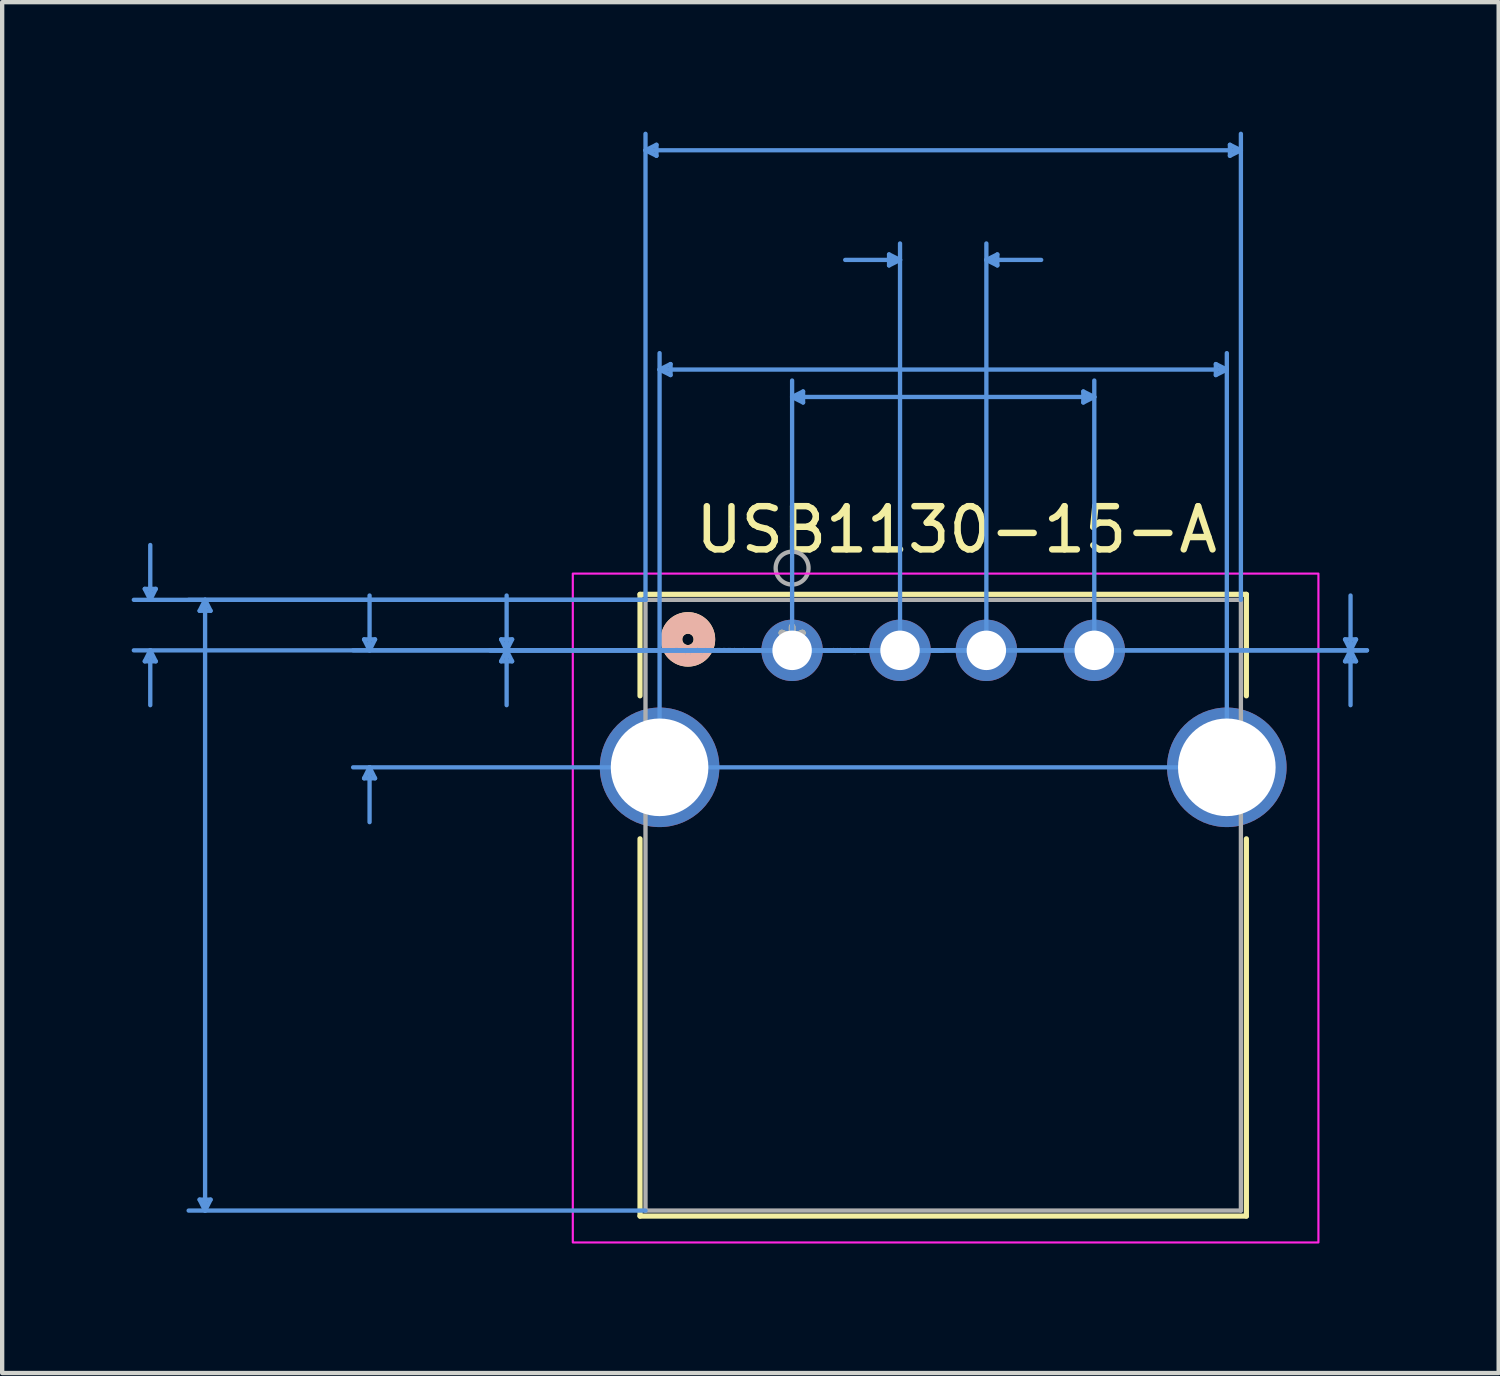
<source format=kicad_pcb>
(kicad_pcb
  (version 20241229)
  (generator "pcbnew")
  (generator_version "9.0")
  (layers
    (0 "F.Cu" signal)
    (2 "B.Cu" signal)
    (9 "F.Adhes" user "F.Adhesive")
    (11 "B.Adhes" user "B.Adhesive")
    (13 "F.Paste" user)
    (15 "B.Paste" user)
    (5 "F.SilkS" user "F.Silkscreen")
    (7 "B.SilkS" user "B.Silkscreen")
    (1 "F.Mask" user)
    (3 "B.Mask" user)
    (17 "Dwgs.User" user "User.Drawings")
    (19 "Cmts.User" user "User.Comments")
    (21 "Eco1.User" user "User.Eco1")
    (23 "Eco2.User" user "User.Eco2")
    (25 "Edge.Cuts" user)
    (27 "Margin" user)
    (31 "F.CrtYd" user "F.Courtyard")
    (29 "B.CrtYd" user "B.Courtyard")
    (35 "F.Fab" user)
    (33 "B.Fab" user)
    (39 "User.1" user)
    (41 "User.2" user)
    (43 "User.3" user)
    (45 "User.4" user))
  (footprint "USB1130-15-A"
    (layer "F.Cu")
    (at 15.299 12.015)
    (property "Reference" "USB1130-15-A" (at 3.81 -2.794 0) (layer "F.SilkS") (effects (font (size 1 1) (thickness 0.15))))
    (attr through_hole)
    (fp_line (start -3.523 -1.297) (end -3.523 1.054) (stroke (width 0.12) (type solid)) (layer "F.SilkS"))
    (fp_line (start -3.523 4.366) (end -3.523 13.105) (stroke (width 0.12) (type solid)) (layer "F.SilkS"))
    (fp_line (start -3.523 13.105) (end 10.523 13.105) (stroke (width 0.12) (type solid)) (layer "F.SilkS"))
    (fp_line (start 10.523 -1.297) (end -3.523 -1.297) (stroke (width 0.12) (type solid)) (layer "F.SilkS"))
    (fp_line (start 10.523 1.054) (end 10.523 -1.297) (stroke (width 0.12) (type solid)) (layer "F.SilkS"))
    (fp_line (start 10.523 13.105) (end 10.523 4.366) (stroke (width 0.12) (type solid)) (layer "F.SilkS"))
    (fp_circle (center -2.413 -0.254) (end -2.032 -0.254) (stroke (width 0.5) (type solid)) (fill no) (layer "F.SilkS"))
    (fp_circle (center -2.413 -0.254) (end -2.032 -0.254) (stroke (width 0.5) (type solid)) (fill no) (layer "B.SilkS"))
    (fp_line (start -14.995 -1.424) (end -14.741 -1.424) (stroke (width 0.1) (type solid)) (layer "Cmts.User"))
    (fp_line (start -14.995 0.254) (end -14.741 0.254) (stroke (width 0.1) (type solid)) (layer "Cmts.User"))
    (fp_line (start -14.868 -1.17) (end -14.995 -1.424) (stroke (width 0.1) (type solid)) (layer "Cmts.User"))
    (fp_line (start -14.868 -1.17) (end -14.868 -2.44) (stroke (width 0.1) (type solid)) (layer "Cmts.User"))
    (fp_line (start -14.868 -1.17) (end -14.741 -1.424) (stroke (width 0.1) (type solid)) (layer "Cmts.User"))
    (fp_line (start -14.868 0) (end -14.995 0.254) (stroke (width 0.1) (type solid)) (layer "Cmts.User"))
    (fp_line (start -14.868 0) (end -14.868 1.27) (stroke (width 0.1) (type solid)) (layer "Cmts.User"))
    (fp_line (start -14.868 0) (end -14.741 0.254) (stroke (width 0.1) (type solid)) (layer "Cmts.User"))
    (fp_line (start -13.725 -0.916) (end -13.471 -0.916) (stroke (width 0.1) (type solid)) (layer "Cmts.User"))
    (fp_line (start -13.725 12.724) (end -13.471 12.724) (stroke (width 0.1) (type solid)) (layer "Cmts.User"))
    (fp_line (start -13.598 -1.17) (end -13.725 -0.916) (stroke (width 0.1) (type solid)) (layer "Cmts.User"))
    (fp_line (start -13.598 -1.17) (end -13.598 12.978) (stroke (width 0.1) (type solid)) (layer "Cmts.User"))
    (fp_line (start -13.598 -1.17) (end -13.471 -0.916) (stroke (width 0.1) (type solid)) (layer "Cmts.User"))
    (fp_line (start -13.598 12.978) (end -13.725 12.724) (stroke (width 0.1) (type solid)) (layer "Cmts.User"))
    (fp_line (start -13.598 12.978) (end -13.471 12.724) (stroke (width 0.1) (type solid)) (layer "Cmts.User"))
    (fp_line (start -9.915 -0.254) (end -9.661 -0.254) (stroke (width 0.1) (type solid)) (layer "Cmts.User"))
    (fp_line (start -9.915 2.964) (end -9.661 2.964) (stroke (width 0.1) (type solid)) (layer "Cmts.User"))
    (fp_line (start -9.788 0) (end -9.915 -0.254) (stroke (width 0.1) (type solid)) (layer "Cmts.User"))
    (fp_line (start -9.788 0) (end -9.788 -1.27) (stroke (width 0.1) (type solid)) (layer "Cmts.User"))
    (fp_line (start -9.788 0) (end -9.661 -0.254) (stroke (width 0.1) (type solid)) (layer "Cmts.User"))
    (fp_line (start -9.788 2.71) (end -9.915 2.964) (stroke (width 0.1) (type solid)) (layer "Cmts.User"))
    (fp_line (start -9.788 2.71) (end -9.788 3.98) (stroke (width 0.1) (type solid)) (layer "Cmts.User"))
    (fp_line (start -9.788 2.71) (end -9.661 2.964) (stroke (width 0.1) (type solid)) (layer "Cmts.User"))
    (fp_line (start -6.74 -0.254) (end -6.486 -0.254) (stroke (width 0.1) (type solid)) (layer "Cmts.User"))
    (fp_line (start -6.74 0.254) (end -6.486 0.254) (stroke (width 0.1) (type solid)) (layer "Cmts.User"))
    (fp_line (start -6.613 0) (end -6.74 -0.254) (stroke (width 0.1) (type solid)) (layer "Cmts.User"))
    (fp_line (start -6.613 0) (end -6.74 0.254) (stroke (width 0.1) (type solid)) (layer "Cmts.User"))
    (fp_line (start -6.613 0) (end -6.613 -1.27) (stroke (width 0.1) (type solid)) (layer "Cmts.User"))
    (fp_line (start -6.613 0) (end -6.613 1.27) (stroke (width 0.1) (type solid)) (layer "Cmts.User"))
    (fp_line (start -6.613 0) (end -6.486 -0.254) (stroke (width 0.1) (type solid)) (layer "Cmts.User"))
    (fp_line (start -6.613 0) (end -6.486 0.254) (stroke (width 0.1) (type solid)) (layer "Cmts.User"))
    (fp_line (start -3.396 -11.584) (end -3.142 -11.711) (stroke (width 0.1) (type solid)) (layer "Cmts.User"))
    (fp_line (start -3.396 -11.584) (end -3.142 -11.457) (stroke (width 0.1) (type solid)) (layer "Cmts.User"))
    (fp_line (start -3.396 -11.584) (end 10.396 -11.584) (stroke (width 0.1) (type solid)) (layer "Cmts.User"))
    (fp_line (start -3.396 -1.17) (end -15.249 -1.17) (stroke (width 0.1) (type solid)) (layer "Cmts.User"))
    (fp_line (start -3.396 -1.17) (end -13.979 -1.17) (stroke (width 0.1) (type solid)) (layer "Cmts.User"))
    (fp_line (start -3.396 -1.17) (end -3.396 -11.965) (stroke (width 0.1) (type solid)) (layer "Cmts.User"))
    (fp_line (start -3.396 12.978) (end -13.979 12.978) (stroke (width 0.1) (type solid)) (layer "Cmts.User"))
    (fp_line (start -3.142 -11.711) (end -3.142 -11.457) (stroke (width 0.1) (type solid)) (layer "Cmts.User"))
    (fp_line (start -3.07 -6.504) (end -2.816 -6.631) (stroke (width 0.1) (type solid)) (layer "Cmts.User"))
    (fp_line (start -3.07 -6.504) (end -2.816 -6.377) (stroke (width 0.1) (type solid)) (layer "Cmts.User"))
    (fp_line (start -3.07 -6.504) (end 10.07 -6.504) (stroke (width 0.1) (type solid)) (layer "Cmts.User"))
    (fp_line (start -3.07 2.71) (end -3.07 -6.885) (stroke (width 0.1) (type solid)) (layer "Cmts.User"))
    (fp_line (start -2.816 -6.631) (end -2.816 -6.377) (stroke (width 0.1) (type solid)) (layer "Cmts.User"))
    (fp_line (start 0 -5.869) (end 0.254 -5.996) (stroke (width 0.1) (type solid)) (layer "Cmts.User"))
    (fp_line (start 0 -5.869) (end 0.254 -5.742) (stroke (width 0.1) (type solid)) (layer "Cmts.User"))
    (fp_line (start 0 -5.869) (end 7 -5.869) (stroke (width 0.1) (type solid)) (layer "Cmts.User"))
    (fp_line (start 0 0) (end 0 -6.25) (stroke (width 0.1) (type solid)) (layer "Cmts.User"))
    (fp_line (start 0 0) (end 13.317 0) (stroke (width 0.1) (type solid)) (layer "Cmts.User"))
    (fp_line (start 0 0) (end 13.317 0) (stroke (width 0.1) (type solid)) (layer "Cmts.User"))
    (fp_line (start 0.254 -5.996) (end 0.254 -5.742) (stroke (width 0.1) (type solid)) (layer "Cmts.User"))
    (fp_line (start 2.246 -9.171) (end 2.246 -8.917) (stroke (width 0.1) (type solid)) (layer "Cmts.User"))
    (fp_line (start 2.5 -9.044) (end 1.23 -9.044) (stroke (width 0.1) (type solid)) (layer "Cmts.User"))
    (fp_line (start 2.5 -9.044) (end 2.246 -9.171) (stroke (width 0.1) (type solid)) (layer "Cmts.User"))
    (fp_line (start 2.5 -9.044) (end 2.246 -8.917) (stroke (width 0.1) (type solid)) (layer "Cmts.User"))
    (fp_line (start 2.5 0) (end 2.5 -9.425) (stroke (width 0.1) (type solid)) (layer "Cmts.User"))
    (fp_line (start 3.5 0) (end -15.249 0) (stroke (width 0.1) (type solid)) (layer "Cmts.User"))
    (fp_line (start 3.5 0) (end -10.169 0) (stroke (width 0.1) (type solid)) (layer "Cmts.User"))
    (fp_line (start 3.5 0) (end -6.994 0) (stroke (width 0.1) (type solid)) (layer "Cmts.User"))
    (fp_line (start 4.5 -9.044) (end 4.754 -9.171) (stroke (width 0.1) (type solid)) (layer "Cmts.User"))
    (fp_line (start 4.5 -9.044) (end 4.754 -8.917) (stroke (width 0.1) (type solid)) (layer "Cmts.User"))
    (fp_line (start 4.5 -9.044) (end 5.77 -9.044) (stroke (width 0.1) (type solid)) (layer "Cmts.User"))
    (fp_line (start 4.5 0) (end -6.994 0) (stroke (width 0.1) (type solid)) (layer "Cmts.User"))
    (fp_line (start 4.5 0) (end 4.5 -9.425) (stroke (width 0.1) (type solid)) (layer "Cmts.User"))
    (fp_line (start 4.754 -9.171) (end 4.754 -8.917) (stroke (width 0.1) (type solid)) (layer "Cmts.User"))
    (fp_line (start 6.746 -5.996) (end 6.746 -5.742) (stroke (width 0.1) (type solid)) (layer "Cmts.User"))
    (fp_line (start 7 -5.869) (end 6.746 -5.996) (stroke (width 0.1) (type solid)) (layer "Cmts.User"))
    (fp_line (start 7 -5.869) (end 6.746 -5.742) (stroke (width 0.1) (type solid)) (layer "Cmts.User"))
    (fp_line (start 7 0) (end 7 -6.25) (stroke (width 0.1) (type solid)) (layer "Cmts.User"))
    (fp_line (start 9.816 -6.631) (end 9.816 -6.377) (stroke (width 0.1) (type solid)) (layer "Cmts.User"))
    (fp_line (start 10.07 -6.504) (end 9.816 -6.631) (stroke (width 0.1) (type solid)) (layer "Cmts.User"))
    (fp_line (start 10.07 -6.504) (end 9.816 -6.377) (stroke (width 0.1) (type solid)) (layer "Cmts.User"))
    (fp_line (start 10.07 2.71) (end -10.169 2.71) (stroke (width 0.1) (type solid)) (layer "Cmts.User"))
    (fp_line (start 10.07 2.71) (end 10.07 -6.885) (stroke (width 0.1) (type solid)) (layer "Cmts.User"))
    (fp_line (start 10.142 -11.711) (end 10.142 -11.457) (stroke (width 0.1) (type solid)) (layer "Cmts.User"))
    (fp_line (start 10.396 -11.584) (end 10.142 -11.711) (stroke (width 0.1) (type solid)) (layer "Cmts.User"))
    (fp_line (start 10.396 -11.584) (end 10.142 -11.457) (stroke (width 0.1) (type solid)) (layer "Cmts.User"))
    (fp_line (start 10.396 -1.17) (end 10.396 -11.965) (stroke (width 0.1) (type solid)) (layer "Cmts.User"))
    (fp_line (start 12.809 -0.254) (end 13.063 -0.254) (stroke (width 0.1) (type solid)) (layer "Cmts.User"))
    (fp_line (start 12.809 0.254) (end 13.063 0.254) (stroke (width 0.1) (type solid)) (layer "Cmts.User"))
    (fp_line (start 12.936 0) (end 12.809 -0.254) (stroke (width 0.1) (type solid)) (layer "Cmts.User"))
    (fp_line (start 12.936 0) (end 12.809 0.254) (stroke (width 0.1) (type solid)) (layer "Cmts.User"))
    (fp_line (start 12.936 0) (end 12.936 -1.27) (stroke (width 0.1) (type solid)) (layer "Cmts.User"))
    (fp_line (start 12.936 0) (end 12.936 1.27) (stroke (width 0.1) (type solid)) (layer "Cmts.User"))
    (fp_line (start 12.936 0) (end 13.063 -0.254) (stroke (width 0.1) (type solid)) (layer "Cmts.User"))
    (fp_line (start 12.936 0) (end 13.063 0.254) (stroke (width 0.1) (type solid)) (layer "Cmts.User"))
    (fp_rect (start -5.08 -1.778) (end 12.192 13.716) (stroke (width 0.05) (type solid)) (fill no) (layer "F.CrtYd"))
    (fp_line (start -3.396 -1.17) (end -3.396 12.978) (stroke (width 0.1) (type solid)) (layer "F.Fab"))
    (fp_line (start -3.396 12.978) (end 10.396 12.978) (stroke (width 0.1) (type solid)) (layer "F.Fab"))
    (fp_line (start 10.396 -1.17) (end -3.396 -1.17) (stroke (width 0.1) (type solid)) (layer "F.Fab"))
    (fp_line (start 10.396 12.978) (end 10.396 -1.17) (stroke (width 0.1) (type solid)) (layer "F.Fab"))
    (fp_circle (center 0 -1.905) (end 0.381 -1.905) (stroke (width 0.1) (type solid)) (fill no) (layer "F.Fab"))
    (fp_text user "*" (at 0 0 0) (layer "F.SilkS") (effects (font (size 1 1) (thickness 0.15))))
    (fp_text user "Copyright 2021 Accelerated Designs. All rights reserved." (at 0 0 0) (layer "Cmts.User") (effects (font (size 0.127 0.127) (thickness 0.002))))
    (fp_text user "*" (at 0 0 0) (layer "F.Fab") (effects (font (size 1 1) (thickness 0.15))))
    (pad "1" thru_hole circle (at 0 0) (size 1.422 1.422) (drill 0.914) (layers "*.Cu" "*.Mask"))
    (pad "2" thru_hole circle (at 2.5 0) (size 1.422 1.422) (drill 0.914) (layers "*.Cu" "*.Mask"))
    (pad "3" thru_hole circle (at 4.5 0) (size 1.422 1.422) (drill 0.914) (layers "*.Cu" "*.Mask"))
    (pad "4" thru_hole circle (at 7 0) (size 1.422 1.422) (drill 0.914) (layers "*.Cu" "*.Mask"))
    (pad "5" thru_hole circle (at -3.07 2.71) (size 2.769 2.769) (drill 2.261) (layers "*.Cu" "*.Mask"))
    (pad "6" thru_hole circle (at 10.07 2.71) (size 2.769 2.769) (drill 2.261) (layers "*.Cu" "*.Mask")))
  (gr_rect
    (start -3 -3)
    (end 31.666 28.756)
    (stroke (width 0.1) (type default))
    (fill no)
    (layer "Edge.Cuts")))
</source>
